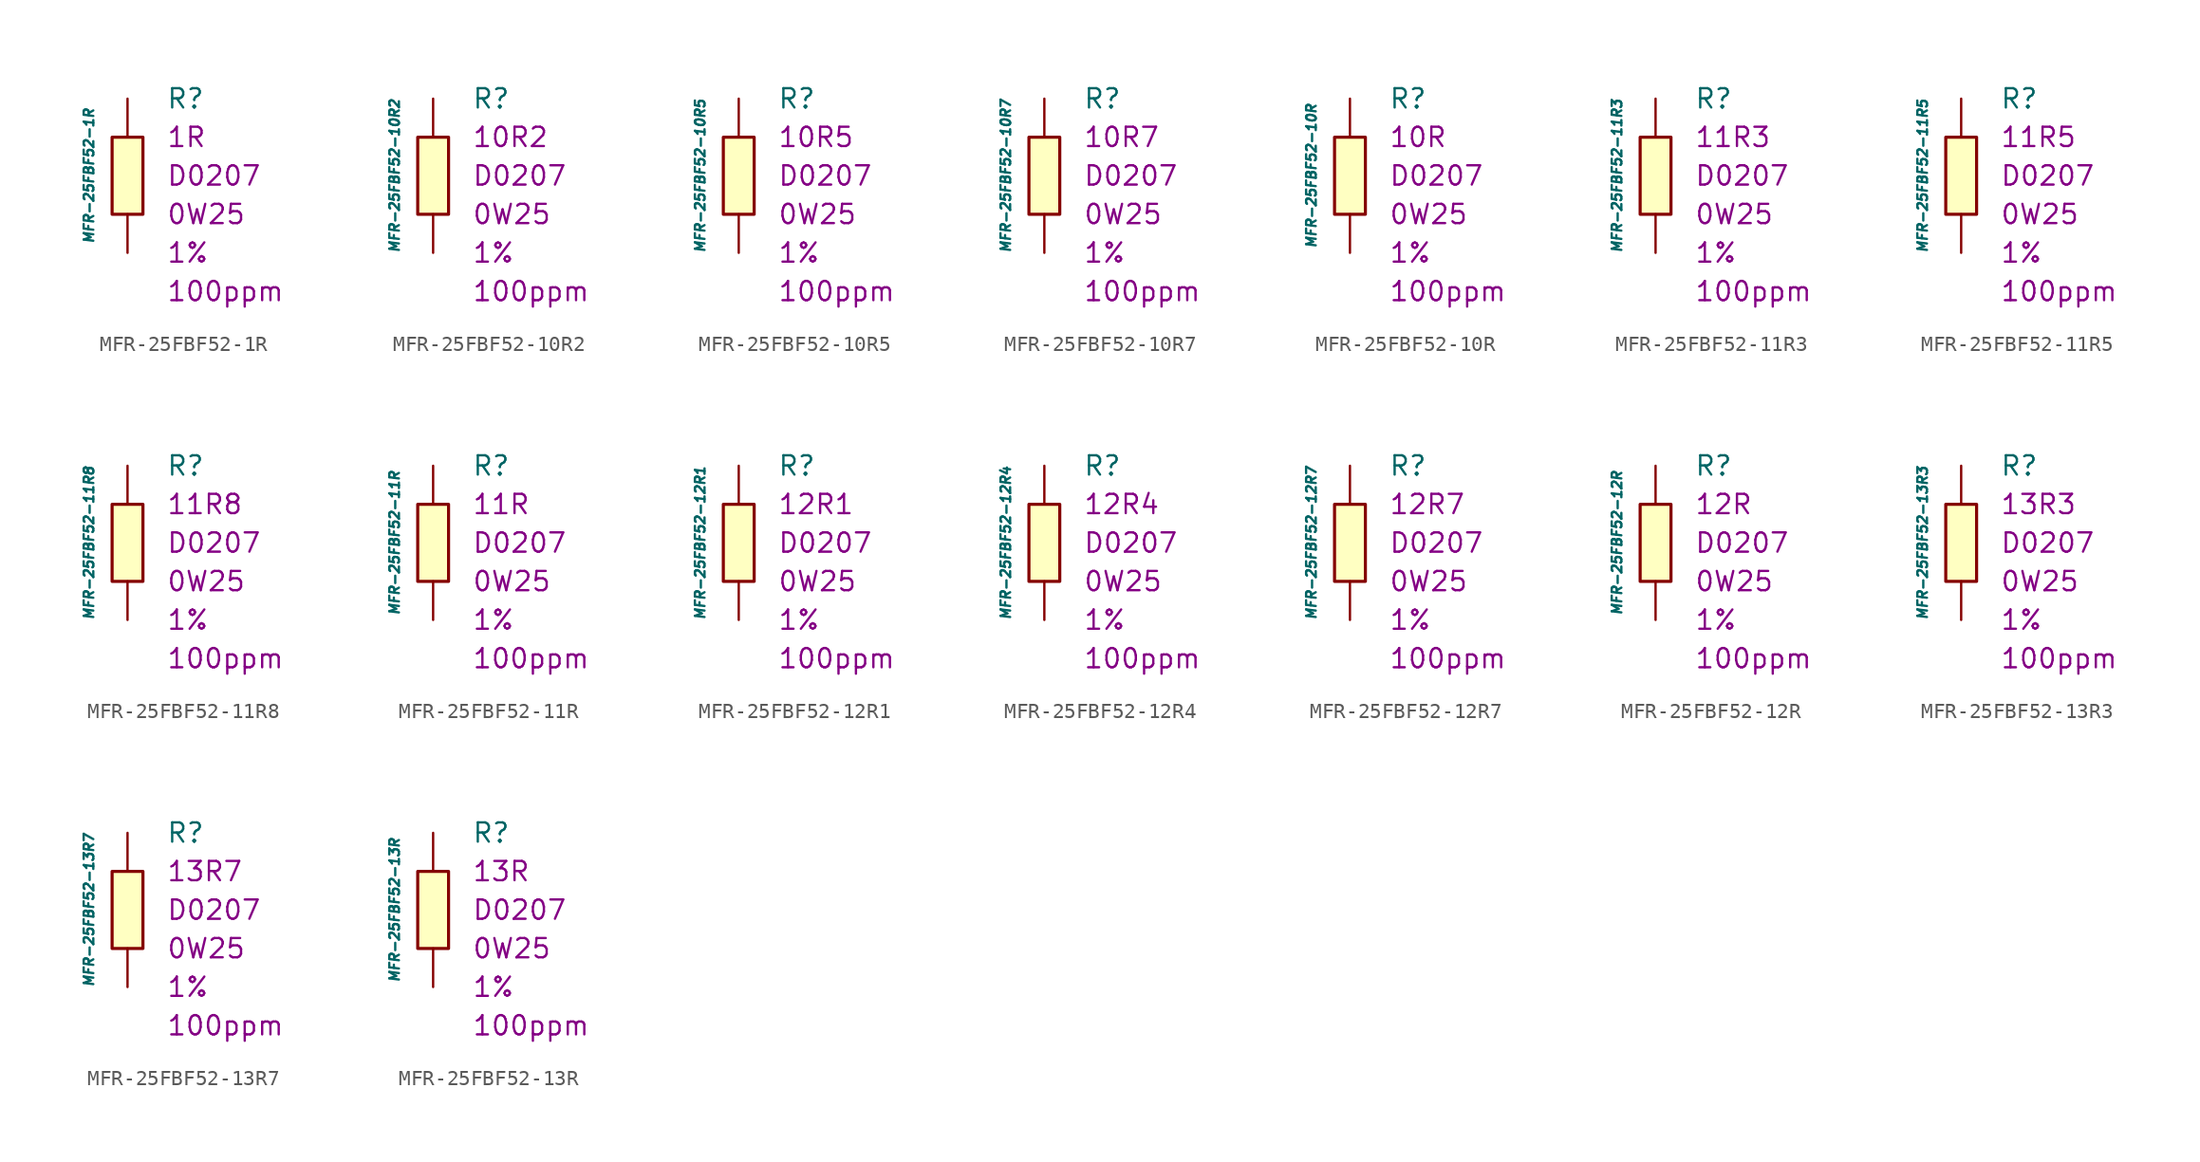
<source format=kicad_sym>
(kicad_symbol_lib
  (version 20211014)
  (generator kicad_symbol_editor)
  (symbol "MFR-25FBF52-1R"
    (pin_numbers hide)
    (pin_names
      (offset 1.016) hide)
    (property "Reference" "R"
      (at 2.54 5.08 0)
      (effects (font (size 1.27 1.27)) (justify left)))
    (property "Value" "MFR-25FBF52-1R"
      (at -2.54 0 90)
      (effects (font (size 0.635 0.635) italic)))
    (property "Package" "D0207"
      (at 2.54 0 0)
      (effects (font (size 1.27 1.27)) (justify left)))
    (property "Power" "0W25"
      (at 2.54 -2.54 0)
      (effects (font (size 1.27 1.27)) (justify left)))
    (property "Tolerance" "1%"
      (at 2.54 -5.08 0)
      (effects (font (size 1.27 1.27)) (justify left)))
    (property "TK" "100ppm"
      (at 2.54 -7.62 0)
      (effects (font (size 1.27 1.27)) (justify left)))
    (property "Val" "1R"
      (at 2.54 2.54 0)
      (effects (font (size 1.27 1.27)) (justify left)))
    (symbol "MFR-25FBF52-1R_0_1"
      (rectangle (start -1.016 2.54) (end 1.016 -2.54) (stroke (width 0.203) (type default) (color 0 0 0 0)) (fill (type background))))
    (symbol "MFR-25FBF52-1R_1_1"
      (pin passive line (at 0 5.08 270) (length 2.54) (name "~" (effects (font (size 1.778 1.778)))) (number "1" (effects (font (size 1.778 1.778)))))
      (pin passive line (at 0 -5.08 90) (length 2.54) (name "~" (effects (font (size 1.778 1.778)))) (number "2" (effects (font (size 1.778 1.778)))))))
  (symbol "MFR-25FBF52-10R2"
    (pin_numbers hide)
    (pin_names
      (offset 1.016) hide)
    (property "Reference" "R"
      (at 2.54 5.08 0)
      (effects (font (size 1.27 1.27)) (justify left)))
    (property "Value" "MFR-25FBF52-10R2"
      (at -2.54 0 90)
      (effects (font (size 0.635 0.635) italic)))
    (property "Package" "D0207"
      (at 2.54 0 0)
      (effects (font (size 1.27 1.27)) (justify left)))
    (property "Power" "0W25"
      (at 2.54 -2.54 0)
      (effects (font (size 1.27 1.27)) (justify left)))
    (property "Tolerance" "1%"
      (at 2.54 -5.08 0)
      (effects (font (size 1.27 1.27)) (justify left)))
    (property "TK" "100ppm"
      (at 2.54 -7.62 0)
      (effects (font (size 1.27 1.27)) (justify left)))
    (property "Val" "10R2"
      (at 2.54 2.54 0)
      (effects (font (size 1.27 1.27)) (justify left)))
    (symbol "MFR-25FBF52-10R2_0_1"
      (rectangle (start -1.016 2.54) (end 1.016 -2.54) (stroke (width 0.203) (type default) (color 0 0 0 0)) (fill (type background))))
    (symbol "MFR-25FBF52-10R2_1_1"
      (pin passive line (at 0 5.08 270) (length 2.54) (name "~" (effects (font (size 1.778 1.778)))) (number "1" (effects (font (size 1.778 1.778)))))
      (pin passive line (at 0 -5.08 90) (length 2.54) (name "~" (effects (font (size 1.778 1.778)))) (number "2" (effects (font (size 1.778 1.778)))))))
  (symbol "MFR-25FBF52-10R5"
    (pin_numbers hide)
    (pin_names
      (offset 1.016) hide)
    (property "Reference" "R"
      (at 2.54 5.08 0)
      (effects (font (size 1.27 1.27)) (justify left)))
    (property "Value" "MFR-25FBF52-10R5"
      (at -2.54 0 90)
      (effects (font (size 0.635 0.635) italic)))
    (property "Package" "D0207"
      (at 2.54 0 0)
      (effects (font (size 1.27 1.27)) (justify left)))
    (property "Power" "0W25"
      (at 2.54 -2.54 0)
      (effects (font (size 1.27 1.27)) (justify left)))
    (property "Tolerance" "1%"
      (at 2.54 -5.08 0)
      (effects (font (size 1.27 1.27)) (justify left)))
    (property "TK" "100ppm"
      (at 2.54 -7.62 0)
      (effects (font (size 1.27 1.27)) (justify left)))
    (property "Val" "10R5"
      (at 2.54 2.54 0)
      (effects (font (size 1.27 1.27)) (justify left)))
    (symbol "MFR-25FBF52-10R5_0_1"
      (rectangle (start -1.016 2.54) (end 1.016 -2.54) (stroke (width 0.203) (type default) (color 0 0 0 0)) (fill (type background))))
    (symbol "MFR-25FBF52-10R5_1_1"
      (pin passive line (at 0 5.08 270) (length 2.54) (name "~" (effects (font (size 1.778 1.778)))) (number "1" (effects (font (size 1.778 1.778)))))
      (pin passive line (at 0 -5.08 90) (length 2.54) (name "~" (effects (font (size 1.778 1.778)))) (number "2" (effects (font (size 1.778 1.778)))))))
  (symbol "MFR-25FBF52-10R7"
    (pin_numbers hide)
    (pin_names
      (offset 1.016) hide)
    (property "Reference" "R"
      (at 2.54 5.08 0)
      (effects (font (size 1.27 1.27)) (justify left)))
    (property "Value" "MFR-25FBF52-10R7"
      (at -2.54 0 90)
      (effects (font (size 0.635 0.635) italic)))
    (property "Package" "D0207"
      (at 2.54 0 0)
      (effects (font (size 1.27 1.27)) (justify left)))
    (property "Power" "0W25"
      (at 2.54 -2.54 0)
      (effects (font (size 1.27 1.27)) (justify left)))
    (property "Tolerance" "1%"
      (at 2.54 -5.08 0)
      (effects (font (size 1.27 1.27)) (justify left)))
    (property "TK" "100ppm"
      (at 2.54 -7.62 0)
      (effects (font (size 1.27 1.27)) (justify left)))
    (property "Val" "10R7"
      (at 2.54 2.54 0)
      (effects (font (size 1.27 1.27)) (justify left)))
    (symbol "MFR-25FBF52-10R7_0_1"
      (rectangle (start -1.016 2.54) (end 1.016 -2.54) (stroke (width 0.203) (type default) (color 0 0 0 0)) (fill (type background))))
    (symbol "MFR-25FBF52-10R7_1_1"
      (pin passive line (at 0 5.08 270) (length 2.54) (name "~" (effects (font (size 1.778 1.778)))) (number "1" (effects (font (size 1.778 1.778)))))
      (pin passive line (at 0 -5.08 90) (length 2.54) (name "~" (effects (font (size 1.778 1.778)))) (number "2" (effects (font (size 1.778 1.778)))))))
  (symbol "MFR-25FBF52-10R"
    (pin_numbers hide)
    (pin_names
      (offset 1.016) hide)
    (property "Reference" "R"
      (at 2.54 5.08 0)
      (effects (font (size 1.27 1.27)) (justify left)))
    (property "Value" "MFR-25FBF52-10R"
      (at -2.54 0 90)
      (effects (font (size 0.635 0.635) italic)))
    (property "Package" "D0207"
      (at 2.54 0 0)
      (effects (font (size 1.27 1.27)) (justify left)))
    (property "Power" "0W25"
      (at 2.54 -2.54 0)
      (effects (font (size 1.27 1.27)) (justify left)))
    (property "Tolerance" "1%"
      (at 2.54 -5.08 0)
      (effects (font (size 1.27 1.27)) (justify left)))
    (property "TK" "100ppm"
      (at 2.54 -7.62 0)
      (effects (font (size 1.27 1.27)) (justify left)))
    (property "Val" "10R"
      (at 2.54 2.54 0)
      (effects (font (size 1.27 1.27)) (justify left)))
    (symbol "MFR-25FBF52-10R_0_1"
      (rectangle (start -1.016 2.54) (end 1.016 -2.54) (stroke (width 0.203) (type default) (color 0 0 0 0)) (fill (type background))))
    (symbol "MFR-25FBF52-10R_1_1"
      (pin passive line (at 0 5.08 270) (length 2.54) (name "~" (effects (font (size 1.778 1.778)))) (number "1" (effects (font (size 1.778 1.778)))))
      (pin passive line (at 0 -5.08 90) (length 2.54) (name "~" (effects (font (size 1.778 1.778)))) (number "2" (effects (font (size 1.778 1.778)))))))
  (symbol "MFR-25FBF52-11R3"
    (pin_numbers hide)
    (pin_names
      (offset 1.016) hide)
    (property "Reference" "R"
      (at 2.54 5.08 0)
      (effects (font (size 1.27 1.27)) (justify left)))
    (property "Value" "MFR-25FBF52-11R3"
      (at -2.54 0 90)
      (effects (font (size 0.635 0.635) italic)))
    (property "Package" "D0207"
      (at 2.54 0 0)
      (effects (font (size 1.27 1.27)) (justify left)))
    (property "Power" "0W25"
      (at 2.54 -2.54 0)
      (effects (font (size 1.27 1.27)) (justify left)))
    (property "Tolerance" "1%"
      (at 2.54 -5.08 0)
      (effects (font (size 1.27 1.27)) (justify left)))
    (property "TK" "100ppm"
      (at 2.54 -7.62 0)
      (effects (font (size 1.27 1.27)) (justify left)))
    (property "Val" "11R3"
      (at 2.54 2.54 0)
      (effects (font (size 1.27 1.27)) (justify left)))
    (symbol "MFR-25FBF52-11R3_0_1"
      (rectangle (start -1.016 2.54) (end 1.016 -2.54) (stroke (width 0.203) (type default) (color 0 0 0 0)) (fill (type background))))
    (symbol "MFR-25FBF52-11R3_1_1"
      (pin passive line (at 0 5.08 270) (length 2.54) (name "~" (effects (font (size 1.778 1.778)))) (number "1" (effects (font (size 1.778 1.778)))))
      (pin passive line (at 0 -5.08 90) (length 2.54) (name "~" (effects (font (size 1.778 1.778)))) (number "2" (effects (font (size 1.778 1.778)))))))
  (symbol "MFR-25FBF52-11R5"
    (pin_numbers hide)
    (pin_names
      (offset 1.016) hide)
    (property "Reference" "R"
      (at 2.54 5.08 0)
      (effects (font (size 1.27 1.27)) (justify left)))
    (property "Value" "MFR-25FBF52-11R5"
      (at -2.54 0 90)
      (effects (font (size 0.635 0.635) italic)))
    (property "Package" "D0207"
      (at 2.54 0 0)
      (effects (font (size 1.27 1.27)) (justify left)))
    (property "Power" "0W25"
      (at 2.54 -2.54 0)
      (effects (font (size 1.27 1.27)) (justify left)))
    (property "Tolerance" "1%"
      (at 2.54 -5.08 0)
      (effects (font (size 1.27 1.27)) (justify left)))
    (property "TK" "100ppm"
      (at 2.54 -7.62 0)
      (effects (font (size 1.27 1.27)) (justify left)))
    (property "Val" "11R5"
      (at 2.54 2.54 0)
      (effects (font (size 1.27 1.27)) (justify left)))
    (symbol "MFR-25FBF52-11R5_0_1"
      (rectangle (start -1.016 2.54) (end 1.016 -2.54) (stroke (width 0.203) (type default) (color 0 0 0 0)) (fill (type background))))
    (symbol "MFR-25FBF52-11R5_1_1"
      (pin passive line (at 0 5.08 270) (length 2.54) (name "~" (effects (font (size 1.778 1.778)))) (number "1" (effects (font (size 1.778 1.778)))))
      (pin passive line (at 0 -5.08 90) (length 2.54) (name "~" (effects (font (size 1.778 1.778)))) (number "2" (effects (font (size 1.778 1.778)))))))
  (symbol "MFR-25FBF52-11R8"
    (pin_numbers hide)
    (pin_names
      (offset 1.016) hide)
    (property "Reference" "R"
      (at 2.54 5.08 0)
      (effects (font (size 1.27 1.27)) (justify left)))
    (property "Value" "MFR-25FBF52-11R8"
      (at -2.54 0 90)
      (effects (font (size 0.635 0.635) italic)))
    (property "Package" "D0207"
      (at 2.54 0 0)
      (effects (font (size 1.27 1.27)) (justify left)))
    (property "Power" "0W25"
      (at 2.54 -2.54 0)
      (effects (font (size 1.27 1.27)) (justify left)))
    (property "Tolerance" "1%"
      (at 2.54 -5.08 0)
      (effects (font (size 1.27 1.27)) (justify left)))
    (property "TK" "100ppm"
      (at 2.54 -7.62 0)
      (effects (font (size 1.27 1.27)) (justify left)))
    (property "Val" "11R8"
      (at 2.54 2.54 0)
      (effects (font (size 1.27 1.27)) (justify left)))
    (symbol "MFR-25FBF52-11R8_0_1"
      (rectangle (start -1.016 2.54) (end 1.016 -2.54) (stroke (width 0.203) (type default) (color 0 0 0 0)) (fill (type background))))
    (symbol "MFR-25FBF52-11R8_1_1"
      (pin passive line (at 0 5.08 270) (length 2.54) (name "~" (effects (font (size 1.778 1.778)))) (number "1" (effects (font (size 1.778 1.778)))))
      (pin passive line (at 0 -5.08 90) (length 2.54) (name "~" (effects (font (size 1.778 1.778)))) (number "2" (effects (font (size 1.778 1.778)))))))
  (symbol "MFR-25FBF52-11R"
    (pin_numbers hide)
    (pin_names
      (offset 1.016) hide)
    (property "Reference" "R"
      (at 2.54 5.08 0)
      (effects (font (size 1.27 1.27)) (justify left)))
    (property "Value" "MFR-25FBF52-11R"
      (at -2.54 0 90)
      (effects (font (size 0.635 0.635) italic)))
    (property "Package" "D0207"
      (at 2.54 0 0)
      (effects (font (size 1.27 1.27)) (justify left)))
    (property "Power" "0W25"
      (at 2.54 -2.54 0)
      (effects (font (size 1.27 1.27)) (justify left)))
    (property "Tolerance" "1%"
      (at 2.54 -5.08 0)
      (effects (font (size 1.27 1.27)) (justify left)))
    (property "TK" "100ppm"
      (at 2.54 -7.62 0)
      (effects (font (size 1.27 1.27)) (justify left)))
    (property "Val" "11R"
      (at 2.54 2.54 0)
      (effects (font (size 1.27 1.27)) (justify left)))
    (symbol "MFR-25FBF52-11R_0_1"
      (rectangle (start -1.016 2.54) (end 1.016 -2.54) (stroke (width 0.203) (type default) (color 0 0 0 0)) (fill (type background))))
    (symbol "MFR-25FBF52-11R_1_1"
      (pin passive line (at 0 5.08 270) (length 2.54) (name "~" (effects (font (size 1.778 1.778)))) (number "1" (effects (font (size 1.778 1.778)))))
      (pin passive line (at 0 -5.08 90) (length 2.54) (name "~" (effects (font (size 1.778 1.778)))) (number "2" (effects (font (size 1.778 1.778)))))))
  (symbol "MFR-25FBF52-12R1"
    (pin_numbers hide)
    (pin_names
      (offset 1.016) hide)
    (property "Reference" "R"
      (at 2.54 5.08 0)
      (effects (font (size 1.27 1.27)) (justify left)))
    (property "Value" "MFR-25FBF52-12R1"
      (at -2.54 0 90)
      (effects (font (size 0.635 0.635) italic)))
    (property "Package" "D0207"
      (at 2.54 0 0)
      (effects (font (size 1.27 1.27)) (justify left)))
    (property "Power" "0W25"
      (at 2.54 -2.54 0)
      (effects (font (size 1.27 1.27)) (justify left)))
    (property "Tolerance" "1%"
      (at 2.54 -5.08 0)
      (effects (font (size 1.27 1.27)) (justify left)))
    (property "TK" "100ppm"
      (at 2.54 -7.62 0)
      (effects (font (size 1.27 1.27)) (justify left)))
    (property "Val" "12R1"
      (at 2.54 2.54 0)
      (effects (font (size 1.27 1.27)) (justify left)))
    (symbol "MFR-25FBF52-12R1_0_1"
      (rectangle (start -1.016 2.54) (end 1.016 -2.54) (stroke (width 0.203) (type default) (color 0 0 0 0)) (fill (type background))))
    (symbol "MFR-25FBF52-12R1_1_1"
      (pin passive line (at 0 5.08 270) (length 2.54) (name "~" (effects (font (size 1.778 1.778)))) (number "1" (effects (font (size 1.778 1.778)))))
      (pin passive line (at 0 -5.08 90) (length 2.54) (name "~" (effects (font (size 1.778 1.778)))) (number "2" (effects (font (size 1.778 1.778)))))))
  (symbol "MFR-25FBF52-12R4"
    (pin_numbers hide)
    (pin_names
      (offset 1.016) hide)
    (property "Reference" "R"
      (at 2.54 5.08 0)
      (effects (font (size 1.27 1.27)) (justify left)))
    (property "Value" "MFR-25FBF52-12R4"
      (at -2.54 0 90)
      (effects (font (size 0.635 0.635) italic)))
    (property "Package" "D0207"
      (at 2.54 0 0)
      (effects (font (size 1.27 1.27)) (justify left)))
    (property "Power" "0W25"
      (at 2.54 -2.54 0)
      (effects (font (size 1.27 1.27)) (justify left)))
    (property "Tolerance" "1%"
      (at 2.54 -5.08 0)
      (effects (font (size 1.27 1.27)) (justify left)))
    (property "TK" "100ppm"
      (at 2.54 -7.62 0)
      (effects (font (size 1.27 1.27)) (justify left)))
    (property "Val" "12R4"
      (at 2.54 2.54 0)
      (effects (font (size 1.27 1.27)) (justify left)))
    (symbol "MFR-25FBF52-12R4_0_1"
      (rectangle (start -1.016 2.54) (end 1.016 -2.54) (stroke (width 0.203) (type default) (color 0 0 0 0)) (fill (type background))))
    (symbol "MFR-25FBF52-12R4_1_1"
      (pin passive line (at 0 5.08 270) (length 2.54) (name "~" (effects (font (size 1.778 1.778)))) (number "1" (effects (font (size 1.778 1.778)))))
      (pin passive line (at 0 -5.08 90) (length 2.54) (name "~" (effects (font (size 1.778 1.778)))) (number "2" (effects (font (size 1.778 1.778)))))))
  (symbol "MFR-25FBF52-12R7"
    (pin_numbers hide)
    (pin_names
      (offset 1.016) hide)
    (property "Reference" "R"
      (at 2.54 5.08 0)
      (effects (font (size 1.27 1.27)) (justify left)))
    (property "Value" "MFR-25FBF52-12R7"
      (at -2.54 0 90)
      (effects (font (size 0.635 0.635) italic)))
    (property "Package" "D0207"
      (at 2.54 0 0)
      (effects (font (size 1.27 1.27)) (justify left)))
    (property "Power" "0W25"
      (at 2.54 -2.54 0)
      (effects (font (size 1.27 1.27)) (justify left)))
    (property "Tolerance" "1%"
      (at 2.54 -5.08 0)
      (effects (font (size 1.27 1.27)) (justify left)))
    (property "TK" "100ppm"
      (at 2.54 -7.62 0)
      (effects (font (size 1.27 1.27)) (justify left)))
    (property "Val" "12R7"
      (at 2.54 2.54 0)
      (effects (font (size 1.27 1.27)) (justify left)))
    (symbol "MFR-25FBF52-12R7_0_1"
      (rectangle (start -1.016 2.54) (end 1.016 -2.54) (stroke (width 0.203) (type default) (color 0 0 0 0)) (fill (type background))))
    (symbol "MFR-25FBF52-12R7_1_1"
      (pin passive line (at 0 5.08 270) (length 2.54) (name "~" (effects (font (size 1.778 1.778)))) (number "1" (effects (font (size 1.778 1.778)))))
      (pin passive line (at 0 -5.08 90) (length 2.54) (name "~" (effects (font (size 1.778 1.778)))) (number "2" (effects (font (size 1.778 1.778)))))))
  (symbol "MFR-25FBF52-12R"
    (pin_numbers hide)
    (pin_names
      (offset 1.016) hide)
    (property "Reference" "R"
      (at 2.54 5.08 0)
      (effects (font (size 1.27 1.27)) (justify left)))
    (property "Value" "MFR-25FBF52-12R"
      (at -2.54 0 90)
      (effects (font (size 0.635 0.635) italic)))
    (property "Package" "D0207"
      (at 2.54 0 0)
      (effects (font (size 1.27 1.27)) (justify left)))
    (property "Power" "0W25"
      (at 2.54 -2.54 0)
      (effects (font (size 1.27 1.27)) (justify left)))
    (property "Tolerance" "1%"
      (at 2.54 -5.08 0)
      (effects (font (size 1.27 1.27)) (justify left)))
    (property "TK" "100ppm"
      (at 2.54 -7.62 0)
      (effects (font (size 1.27 1.27)) (justify left)))
    (property "Val" "12R"
      (at 2.54 2.54 0)
      (effects (font (size 1.27 1.27)) (justify left)))
    (symbol "MFR-25FBF52-12R_0_1"
      (rectangle (start -1.016 2.54) (end 1.016 -2.54) (stroke (width 0.203) (type default) (color 0 0 0 0)) (fill (type background))))
    (symbol "MFR-25FBF52-12R_1_1"
      (pin passive line (at 0 5.08 270) (length 2.54) (name "~" (effects (font (size 1.778 1.778)))) (number "1" (effects (font (size 1.778 1.778)))))
      (pin passive line (at 0 -5.08 90) (length 2.54) (name "~" (effects (font (size 1.778 1.778)))) (number "2" (effects (font (size 1.778 1.778)))))))
  (symbol "MFR-25FBF52-13R3"
    (pin_numbers hide)
    (pin_names
      (offset 1.016) hide)
    (property "Reference" "R"
      (at 2.54 5.08 0)
      (effects (font (size 1.27 1.27)) (justify left)))
    (property "Value" "MFR-25FBF52-13R3"
      (at -2.54 0 90)
      (effects (font (size 0.635 0.635) italic)))
    (property "Package" "D0207"
      (at 2.54 0 0)
      (effects (font (size 1.27 1.27)) (justify left)))
    (property "Power" "0W25"
      (at 2.54 -2.54 0)
      (effects (font (size 1.27 1.27)) (justify left)))
    (property "Tolerance" "1%"
      (at 2.54 -5.08 0)
      (effects (font (size 1.27 1.27)) (justify left)))
    (property "TK" "100ppm"
      (at 2.54 -7.62 0)
      (effects (font (size 1.27 1.27)) (justify left)))
    (property "Val" "13R3"
      (at 2.54 2.54 0)
      (effects (font (size 1.27 1.27)) (justify left)))
    (symbol "MFR-25FBF52-13R3_0_1"
      (rectangle (start -1.016 2.54) (end 1.016 -2.54) (stroke (width 0.203) (type default) (color 0 0 0 0)) (fill (type background))))
    (symbol "MFR-25FBF52-13R3_1_1"
      (pin passive line (at 0 5.08 270) (length 2.54) (name "~" (effects (font (size 1.778 1.778)))) (number "1" (effects (font (size 1.778 1.778)))))
      (pin passive line (at 0 -5.08 90) (length 2.54) (name "~" (effects (font (size 1.778 1.778)))) (number "2" (effects (font (size 1.778 1.778)))))))
  (symbol "MFR-25FBF52-13R7"
    (pin_numbers hide)
    (pin_names
      (offset 1.016) hide)
    (property "Reference" "R"
      (at 2.54 5.08 0)
      (effects (font (size 1.27 1.27)) (justify left)))
    (property "Value" "MFR-25FBF52-13R7"
      (at -2.54 0 90)
      (effects (font (size 0.635 0.635) italic)))
    (property "Package" "D0207"
      (at 2.54 0 0)
      (effects (font (size 1.27 1.27)) (justify left)))
    (property "Power" "0W25"
      (at 2.54 -2.54 0)
      (effects (font (size 1.27 1.27)) (justify left)))
    (property "Tolerance" "1%"
      (at 2.54 -5.08 0)
      (effects (font (size 1.27 1.27)) (justify left)))
    (property "TK" "100ppm"
      (at 2.54 -7.62 0)
      (effects (font (size 1.27 1.27)) (justify left)))
    (property "Val" "13R7"
      (at 2.54 2.54 0)
      (effects (font (size 1.27 1.27)) (justify left)))
    (symbol "MFR-25FBF52-13R7_0_1"
      (rectangle (start -1.016 2.54) (end 1.016 -2.54) (stroke (width 0.203) (type default) (color 0 0 0 0)) (fill (type background))))
    (symbol "MFR-25FBF52-13R7_1_1"
      (pin passive line (at 0 5.08 270) (length 2.54) (name "~" (effects (font (size 1.778 1.778)))) (number "1" (effects (font (size 1.778 1.778)))))
      (pin passive line (at 0 -5.08 90) (length 2.54) (name "~" (effects (font (size 1.778 1.778)))) (number "2" (effects (font (size 1.778 1.778)))))))
  (symbol "MFR-25FBF52-13R"
    (pin_numbers hide)
    (pin_names
      (offset 1.016) hide)
    (property "Reference" "R"
      (at 2.54 5.08 0)
      (effects (font (size 1.27 1.27)) (justify left)))
    (property "Value" "MFR-25FBF52-13R"
      (at -2.54 0 90)
      (effects (font (size 0.635 0.635) italic)))
    (property "Package" "D0207"
      (at 2.54 0 0)
      (effects (font (size 1.27 1.27)) (justify left)))
    (property "Power" "0W25"
      (at 2.54 -2.54 0)
      (effects (font (size 1.27 1.27)) (justify left)))
    (property "Tolerance" "1%"
      (at 2.54 -5.08 0)
      (effects (font (size 1.27 1.27)) (justify left)))
    (property "TK" "100ppm"
      (at 2.54 -7.62 0)
      (effects (font (size 1.27 1.27)) (justify left)))
    (property "Val" "13R"
      (at 2.54 2.54 0)
      (effects (font (size 1.27 1.27)) (justify left)))
    (symbol "MFR-25FBF52-13R_0_1"
      (rectangle (start -1.016 2.54) (end 1.016 -2.54) (stroke (width 0.203) (type default) (color 0 0 0 0)) (fill (type background))))
    (symbol "MFR-25FBF52-13R_1_1"
      (pin passive line (at 0 5.08 270) (length 2.54) (name "~" (effects (font (size 1.778 1.778)))) (number "1" (effects (font (size 1.778 1.778)))))
      (pin passive line (at 0 -5.08 90) (length 2.54) (name "~" (effects (font (size 1.778 1.778)))) (number "2" (effects (font (size 1.778 1.778))))))))
</source>
